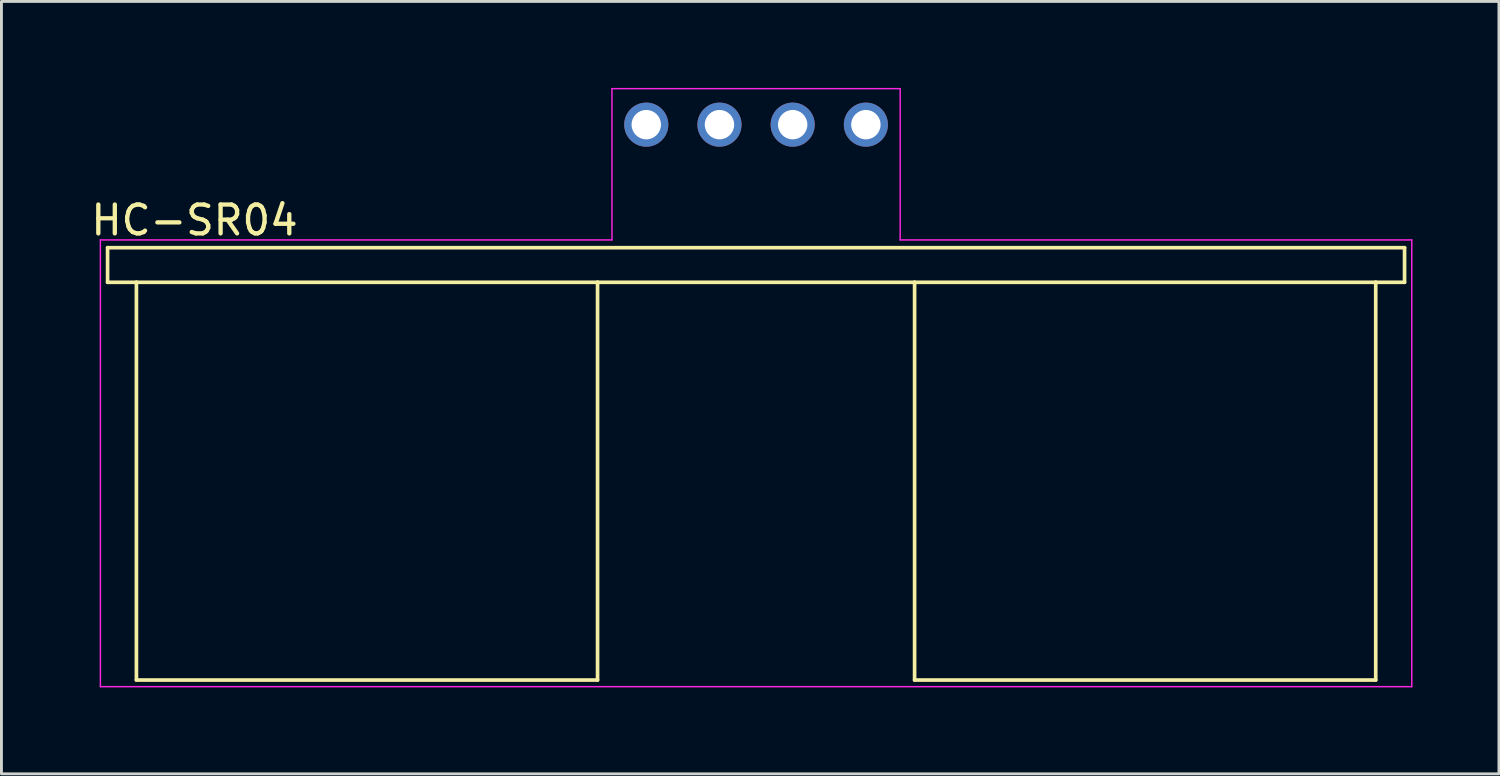
<source format=kicad_pcb>
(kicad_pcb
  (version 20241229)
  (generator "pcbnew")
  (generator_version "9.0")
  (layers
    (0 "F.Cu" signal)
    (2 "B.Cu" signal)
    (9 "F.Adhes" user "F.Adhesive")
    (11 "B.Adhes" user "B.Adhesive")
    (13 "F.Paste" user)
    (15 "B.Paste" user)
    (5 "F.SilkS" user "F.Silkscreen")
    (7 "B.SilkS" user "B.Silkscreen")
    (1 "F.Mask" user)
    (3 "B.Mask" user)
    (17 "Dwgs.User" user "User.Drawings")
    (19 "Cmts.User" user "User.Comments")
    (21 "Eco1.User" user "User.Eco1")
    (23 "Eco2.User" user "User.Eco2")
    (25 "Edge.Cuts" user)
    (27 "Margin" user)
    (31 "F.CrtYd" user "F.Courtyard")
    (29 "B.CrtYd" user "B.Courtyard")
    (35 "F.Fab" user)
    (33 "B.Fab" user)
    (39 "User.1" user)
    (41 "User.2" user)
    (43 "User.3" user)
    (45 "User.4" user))
  (footprint "HC-SR04"
    (layer "F.Cu")
    (at 23.183 1.275)
    (property "Reference" "HC-SR04" (at -19.485 3.317 0) (layer "F.SilkS") (effects (font (size 1.001 1.001) (thickness 0.15))))
    (attr through_hole)
    (fp_line (start -22.5 4.27) (end 22.5 4.27) (stroke (width 0.127) (type solid)) (layer "F.SilkS"))
    (fp_line (start -22.5 5.47) (end -22.5 4.27) (stroke (width 0.127) (type solid)) (layer "F.SilkS"))
    (fp_line (start -21.5 5.47) (end -22.5 5.47) (stroke (width 0.127) (type solid)) (layer "F.SilkS"))
    (fp_line (start -21.5 5.47) (end -21.5 19.27) (stroke (width 0.127) (type solid)) (layer "F.SilkS"))
    (fp_line (start -21.5 19.27) (end -5.5 19.27) (stroke (width 0.127) (type solid)) (layer "F.SilkS"))
    (fp_line (start -5.5 5.47) (end -21.5 5.47) (stroke (width 0.127) (type solid)) (layer "F.SilkS"))
    (fp_line (start -5.5 5.47) (end -5.5 19.27) (stroke (width 0.127) (type solid)) (layer "F.SilkS"))
    (fp_line (start 5.5 5.47) (end -5.5 5.47) (stroke (width 0.127) (type solid)) (layer "F.SilkS"))
    (fp_line (start 5.5 5.47) (end 5.5 19.27) (stroke (width 0.127) (type solid)) (layer "F.SilkS"))
    (fp_line (start 5.5 19.27) (end 21.5 19.27) (stroke (width 0.127) (type solid)) (layer "F.SilkS"))
    (fp_line (start 21.5 5.47) (end 5.5 5.47) (stroke (width 0.127) (type solid)) (layer "F.SilkS"))
    (fp_line (start 21.5 5.47) (end 21.5 19.27) (stroke (width 0.127) (type solid)) (layer "F.SilkS"))
    (fp_line (start 22.5 4.27) (end 22.5 5.47) (stroke (width 0.127) (type solid)) (layer "F.SilkS"))
    (fp_line (start 22.5 5.47) (end 21.5 5.47) (stroke (width 0.127) (type solid)) (layer "F.SilkS"))
    (fp_line (start -22.75 4) (end -22.75 19.5) (stroke (width 0.05) (type solid)) (layer "F.CrtYd"))
    (fp_line (start -22.75 19.5) (end 22.75 19.5) (stroke (width 0.05) (type solid)) (layer "F.CrtYd"))
    (fp_line (start -5 -1.25) (end -5 4) (stroke (width 0.05) (type solid)) (layer "F.CrtYd"))
    (fp_line (start -5 4) (end -22.75 4) (stroke (width 0.05) (type solid)) (layer "F.CrtYd"))
    (fp_line (start 5 -1.25) (end -5 -1.25) (stroke (width 0.05) (type solid)) (layer "F.CrtYd"))
    (fp_line (start 5 4) (end 5 -1.25) (stroke (width 0.05) (type solid)) (layer "F.CrtYd"))
    (fp_line (start 22.75 4) (end 5 4) (stroke (width 0.05) (type solid)) (layer "F.CrtYd"))
    (fp_line (start 22.75 19.5) (end 22.75 4) (stroke (width 0.05) (type solid)) (layer "F.CrtYd"))
    (pad "1" thru_hole circle (at -3.81 0) (size 1.53 1.53) (drill 1.02) (layers "*.Cu" "*.Mask"))
    (pad "2" thru_hole circle (at -1.27 0) (size 1.53 1.53) (drill 1.02) (layers "*.Cu" "*.Mask"))
    (pad "3" thru_hole circle (at 1.27 0) (size 1.53 1.53) (drill 1.02) (layers "*.Cu" "*.Mask"))
    (pad "4" thru_hole circle (at 3.81 0) (size 1.53 1.53) (drill 1.02) (layers "*.Cu" "*.Mask")))
  (gr_rect
    (start -3 -3)
    (end 48.958 23.8)
    (stroke (width 0.1) (type default))
    (fill no)
    (layer "Edge.Cuts")))
</source>
